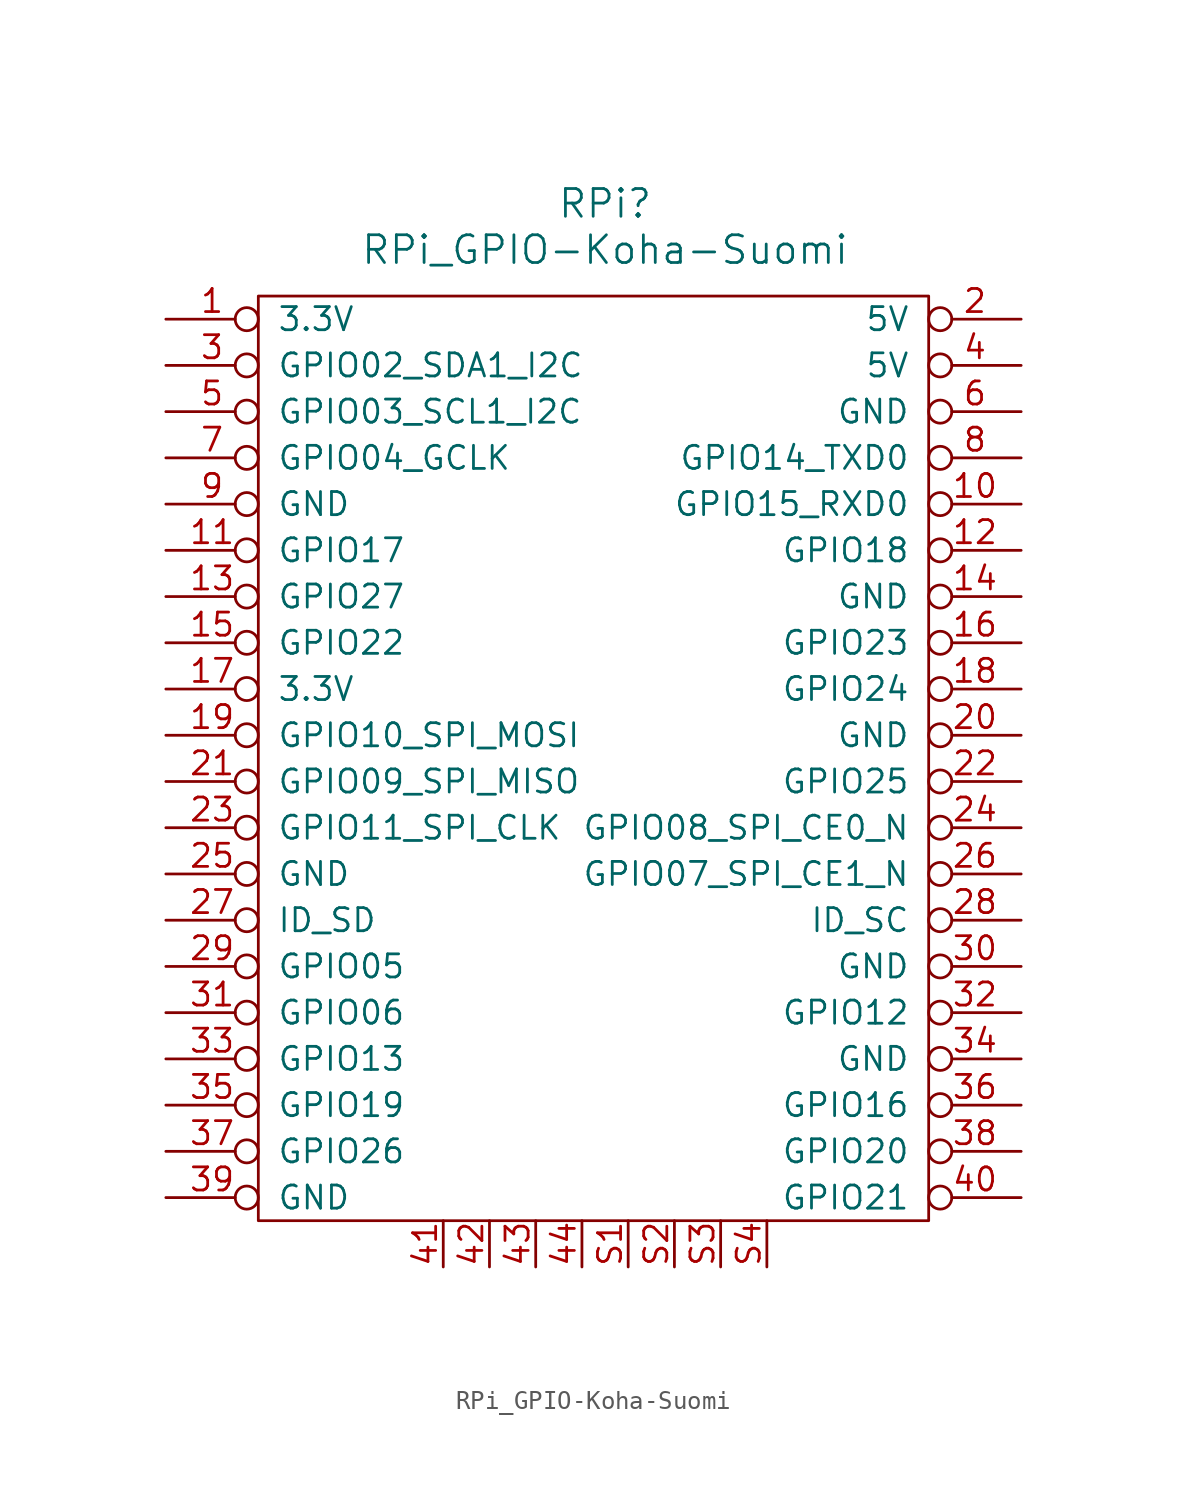
<source format=kicad_sym>
(kicad_symbol_lib
  (version 20220914)
  (generator kicad_symbol_editor)
  (symbol "RPi_GPIO-Koha-Suomi"
    (pin_names
      (offset 1.016))
    (property "Reference" "RPi"
      (at 19.05 6.35 0)
      (effects (font (size 1.524 1.524))))
    (property "Value" "RPi_GPIO-Koha-Suomi"
      (at 19.05 3.81 0)
      (effects (font (size 1.524 1.524))))
    (property "Footprint" ""
      (at 0 0 0)
      (effects (font (size 1.524 1.524))))
    (property "Datasheet" ""
      (at 0 0 0)
      (effects (font (size 1.524 1.524))))
    (symbol "RPi_GPIO-Koha-Suomi_0_1"
      (rectangle (start 0 1.27) (end 36.83 -49.53) (stroke (width 0) (type solid)) (fill (type none))))
    (symbol "RPi_GPIO-Koha-Suomi_1_1"
      (pin power_out inverted (at -5.08 0 0) (length 5.08) (name "3.3V" (effects (font (size 1.27 1.27)))) (number "1" (effects (font (size 1.27 1.27)))))
      (pin bidirectional inverted (at 41.91 -10.16 180) (length 5.08) (name "GPIO15_RXD0" (effects (font (size 1.27 1.27)))) (number "10" (effects (font (size 1.27 1.27)))))
      (pin bidirectional inverted (at -5.08 -12.7 0) (length 5.08) (name "GPIO17" (effects (font (size 1.27 1.27)))) (number "11" (effects (font (size 1.27 1.27)))))
      (pin bidirectional inverted (at 41.91 -12.7 180) (length 5.08) (name "GPIO18" (effects (font (size 1.27 1.27)))) (number "12" (effects (font (size 1.27 1.27)))))
      (pin bidirectional inverted (at -5.08 -15.24 0) (length 5.08) (name "GPIO27" (effects (font (size 1.27 1.27)))) (number "13" (effects (font (size 1.27 1.27)))))
      (pin power_in inverted (at 41.91 -15.24 180) (length 5.08) (name "GND" (effects (font (size 1.27 1.27)))) (number "14" (effects (font (size 1.27 1.27)))))
      (pin bidirectional inverted (at -5.08 -17.78 0) (length 5.08) (name "GPIO22" (effects (font (size 1.27 1.27)))) (number "15" (effects (font (size 1.27 1.27)))))
      (pin bidirectional inverted (at 41.91 -17.78 180) (length 5.08) (name "GPIO23" (effects (font (size 1.27 1.27)))) (number "16" (effects (font (size 1.27 1.27)))))
      (pin power_out inverted (at -5.08 -20.32 0) (length 5.08) (name "3.3V" (effects (font (size 1.27 1.27)))) (number "17" (effects (font (size 1.27 1.27)))))
      (pin bidirectional inverted (at 41.91 -20.32 180) (length 5.08) (name "GPIO24" (effects (font (size 1.27 1.27)))) (number "18" (effects (font (size 1.27 1.27)))))
      (pin bidirectional inverted (at -5.08 -22.86 0) (length 5.08) (name "GPIO10_SPI_MOSI" (effects (font (size 1.27 1.27)))) (number "19" (effects (font (size 1.27 1.27)))))
      (pin power_out inverted (at 41.91 0 180) (length 5.08) (name "5V" (effects (font (size 1.27 1.27)))) (number "2" (effects (font (size 1.27 1.27)))))
      (pin power_in inverted (at 41.91 -22.86 180) (length 5.08) (name "GND" (effects (font (size 1.27 1.27)))) (number "20" (effects (font (size 1.27 1.27)))))
      (pin bidirectional inverted (at -5.08 -25.4 0) (length 5.08) (name "GPIO09_SPI_MISO" (effects (font (size 1.27 1.27)))) (number "21" (effects (font (size 1.27 1.27)))))
      (pin bidirectional inverted (at 41.91 -25.4 180) (length 5.08) (name "GPIO25" (effects (font (size 1.27 1.27)))) (number "22" (effects (font (size 1.27 1.27)))))
      (pin bidirectional inverted (at -5.08 -27.94 0) (length 5.08) (name "GPIO11_SPI_CLK" (effects (font (size 1.27 1.27)))) (number "23" (effects (font (size 1.27 1.27)))))
      (pin bidirectional inverted (at 41.91 -27.94 180) (length 5.08) (name "GPIO08_SPI_CE0_N" (effects (font (size 1.27 1.27)))) (number "24" (effects (font (size 1.27 1.27)))))
      (pin power_in inverted (at -5.08 -30.48 0) (length 5.08) (name "GND" (effects (font (size 1.27 1.27)))) (number "25" (effects (font (size 1.27 1.27)))))
      (pin bidirectional inverted (at 41.91 -30.48 180) (length 5.08) (name "GPIO07_SPI_CE1_N" (effects (font (size 1.27 1.27)))) (number "26" (effects (font (size 1.27 1.27)))))
      (pin bidirectional inverted (at -5.08 -33.02 0) (length 5.08) (name "ID_SD" (effects (font (size 1.27 1.27)))) (number "27" (effects (font (size 1.27 1.27)))))
      (pin bidirectional inverted (at 41.91 -33.02 180) (length 5.08) (name "ID_SC" (effects (font (size 1.27 1.27)))) (number "28" (effects (font (size 1.27 1.27)))))
      (pin bidirectional inverted (at -5.08 -35.56 0) (length 5.08) (name "GPIO05" (effects (font (size 1.27 1.27)))) (number "29" (effects (font (size 1.27 1.27)))))
      (pin bidirectional inverted (at -5.08 -2.54 0) (length 5.08) (name "GPIO02_SDA1_I2C" (effects (font (size 1.27 1.27)))) (number "3" (effects (font (size 1.27 1.27)))))
      (pin power_in inverted (at 41.91 -35.56 180) (length 5.08) (name "GND" (effects (font (size 1.27 1.27)))) (number "30" (effects (font (size 1.27 1.27)))))
      (pin bidirectional inverted (at -5.08 -38.1 0) (length 5.08) (name "GPIO06" (effects (font (size 1.27 1.27)))) (number "31" (effects (font (size 1.27 1.27)))))
      (pin bidirectional inverted (at 41.91 -38.1 180) (length 5.08) (name "GPIO12" (effects (font (size 1.27 1.27)))) (number "32" (effects (font (size 1.27 1.27)))))
      (pin bidirectional inverted (at -5.08 -40.64 0) (length 5.08) (name "GPIO13" (effects (font (size 1.27 1.27)))) (number "33" (effects (font (size 1.27 1.27)))))
      (pin power_in inverted (at 41.91 -40.64 180) (length 5.08) (name "GND" (effects (font (size 1.27 1.27)))) (number "34" (effects (font (size 1.27 1.27)))))
      (pin bidirectional inverted (at -5.08 -43.18 0) (length 5.08) (name "GPIO19" (effects (font (size 1.27 1.27)))) (number "35" (effects (font (size 1.27 1.27)))))
      (pin bidirectional inverted (at 41.91 -43.18 180) (length 5.08) (name "GPIO16" (effects (font (size 1.27 1.27)))) (number "36" (effects (font (size 1.27 1.27)))))
      (pin bidirectional inverted (at -5.08 -45.72 0) (length 5.08) (name "GPIO26" (effects (font (size 1.27 1.27)))) (number "37" (effects (font (size 1.27 1.27)))))
      (pin bidirectional inverted (at 41.91 -45.72 180) (length 5.08) (name "GPIO20" (effects (font (size 1.27 1.27)))) (number "38" (effects (font (size 1.27 1.27)))))
      (pin power_in inverted (at -5.08 -48.26 0) (length 5.08) (name "GND" (effects (font (size 1.27 1.27)))) (number "39" (effects (font (size 1.27 1.27)))))
      (pin power_out inverted (at 41.91 -2.54 180) (length 5.08) (name "5V" (effects (font (size 1.27 1.27)))) (number "4" (effects (font (size 1.27 1.27)))))
      (pin bidirectional inverted (at 41.91 -48.26 180) (length 5.08) (name "GPIO21" (effects (font (size 1.27 1.27)))) (number "40" (effects (font (size 1.27 1.27)))))
      (pin input line (at 10.16 -52.07 90) (length 2.54) (name "" (effects (font (size 1.27 1.27)))) (number "41" (effects (font (size 1.27 1.27)))))
      (pin input line (at 12.7 -52.07 90) (length 2.54) (name "" (effects (font (size 1.27 1.27)))) (number "42" (effects (font (size 1.27 1.27)))))
      (pin input line (at 15.24 -52.07 90) (length 2.54) (name "" (effects (font (size 1.27 1.27)))) (number "43" (effects (font (size 1.27 1.27)))))
      (pin input line (at 17.78 -52.07 90) (length 2.54) (name "" (effects (font (size 1.27 1.27)))) (number "44" (effects (font (size 1.27 1.27)))))
      (pin bidirectional inverted (at -5.08 -5.08 0) (length 5.08) (name "GPIO03_SCL1_I2C" (effects (font (size 1.27 1.27)))) (number "5" (effects (font (size 1.27 1.27)))))
      (pin power_in inverted (at 41.91 -5.08 180) (length 5.08) (name "GND" (effects (font (size 1.27 1.27)))) (number "6" (effects (font (size 1.27 1.27)))))
      (pin bidirectional inverted (at -5.08 -7.62 0) (length 5.08) (name "GPIO04_GCLK" (effects (font (size 1.27 1.27)))) (number "7" (effects (font (size 1.27 1.27)))))
      (pin bidirectional inverted (at 41.91 -7.62 180) (length 5.08) (name "GPIO14_TXD0" (effects (font (size 1.27 1.27)))) (number "8" (effects (font (size 1.27 1.27)))))
      (pin power_in inverted (at -5.08 -10.16 0) (length 5.08) (name "GND" (effects (font (size 1.27 1.27)))) (number "9" (effects (font (size 1.27 1.27)))))
      (pin input line (at 20.32 -52.07 90) (length 2.54) (name "" (effects (font (size 1.27 1.27)))) (number "S1" (effects (font (size 1.27 1.27)))))
      (pin input line (at 22.86 -52.07 90) (length 2.54) (name "" (effects (font (size 1.27 1.27)))) (number "S2" (effects (font (size 1.27 1.27)))))
      (pin input line (at 25.4 -52.07 90) (length 2.54) (name "" (effects (font (size 1.27 1.27)))) (number "S3" (effects (font (size 1.27 1.27)))))
      (pin input line (at 27.94 -52.07 90) (length 2.54) (name "" (effects (font (size 1.27 1.27)))) (number "S4" (effects (font (size 1.27 1.27))))))))
</source>
